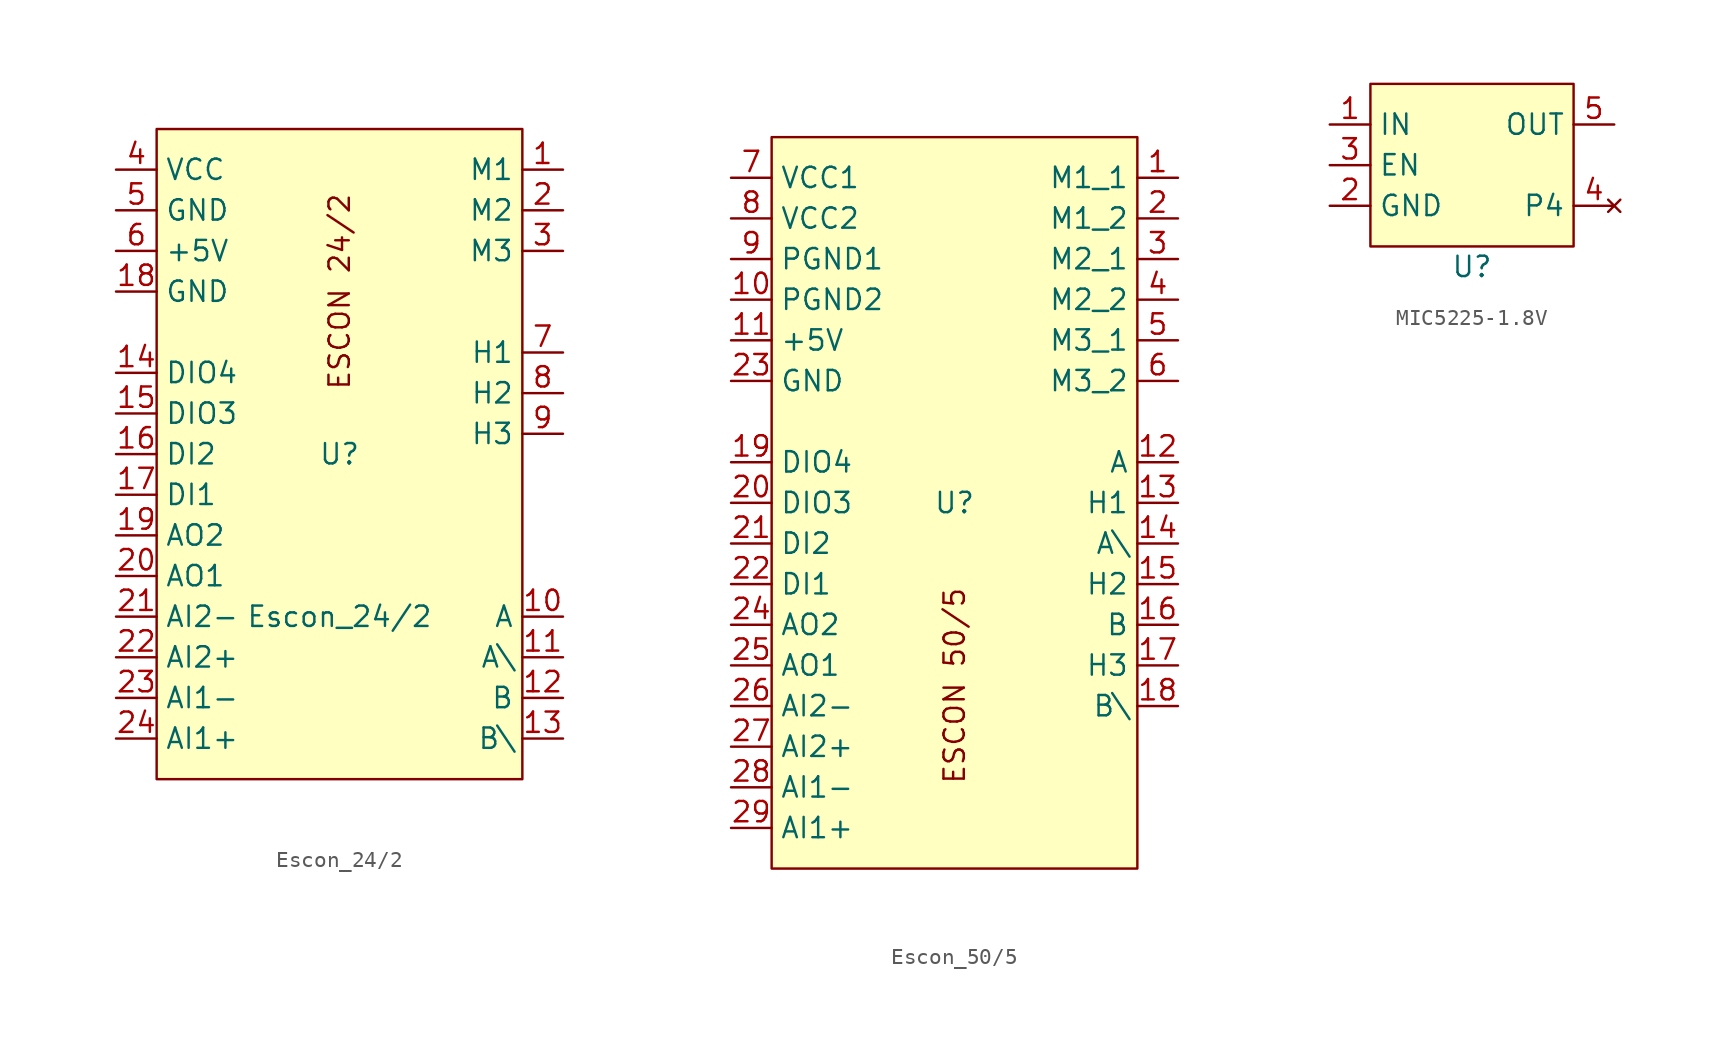
<source format=kicad_sym>
(kicad_symbol_lib
  (version 20220914)
  (generator kicad_symbol_editor)
  (symbol "Escon_24/2"
    (property "Reference" "U"
      (at 0 0 0)
      (effects (font (size 1.27 1.27))))
    (property "Value" "Escon_24/2"
      (at 0 -10.16 0)
      (effects (font (size 1.27 1.27))))
    (symbol "Escon_24/2_1_1"
      (rectangle (start -11.43 20.32) (end 11.43 -20.32) (stroke (width 0) (type default)) (fill (type background)))
      (text "ESCON 24/2\n" (at 0 10.16 900) (effects (font (size 1.27 1.27))))
      (pin output line (at 13.97 17.78 180) (length 2.54) (name "M1" (effects (font (size 1.27 1.27)))) (number "1" (effects (font (size 1.27 1.27)))))
      (pin input line (at 13.97 -10.16 180) (length 2.54) (name "A" (effects (font (size 1.27 1.27)))) (number "10" (effects (font (size 1.27 1.27)))))
      (pin input line (at 13.97 -12.7 180) (length 2.54) (name "A\\" (effects (font (size 1.27 1.27)))) (number "11" (effects (font (size 1.27 1.27)))))
      (pin input line (at 13.97 -15.24 180) (length 2.54) (name "B" (effects (font (size 1.27 1.27)))) (number "12" (effects (font (size 1.27 1.27)))))
      (pin input line (at 13.97 -17.78 180) (length 2.54) (name "B\\" (effects (font (size 1.27 1.27)))) (number "13" (effects (font (size 1.27 1.27)))))
      (pin bidirectional line (at -13.97 5.08 0) (length 2.54) (name "DIO4" (effects (font (size 1.27 1.27)))) (number "14" (effects (font (size 1.27 1.27)))))
      (pin bidirectional line (at -13.97 2.54 0) (length 2.54) (name "DIO3" (effects (font (size 1.27 1.27)))) (number "15" (effects (font (size 1.27 1.27)))))
      (pin input line (at -13.97 0 0) (length 2.54) (name "DI2" (effects (font (size 1.27 1.27)))) (number "16" (effects (font (size 1.27 1.27)))))
      (pin input line (at -13.97 -2.54 0) (length 2.54) (name "DI1" (effects (font (size 1.27 1.27)))) (number "17" (effects (font (size 1.27 1.27)))))
      (pin power_in line (at -13.97 10.16 0) (length 2.54) (name "GND" (effects (font (size 1.27 1.27)))) (number "18" (effects (font (size 1.27 1.27)))))
      (pin output line (at -13.97 -5.08 0) (length 2.54) (name "AO2" (effects (font (size 1.27 1.27)))) (number "19" (effects (font (size 1.27 1.27)))))
      (pin output line (at 13.97 15.24 180) (length 2.54) (name "M2" (effects (font (size 1.27 1.27)))) (number "2" (effects (font (size 1.27 1.27)))))
      (pin output line (at -13.97 -7.62 0) (length 2.54) (name "AO1" (effects (font (size 1.27 1.27)))) (number "20" (effects (font (size 1.27 1.27)))))
      (pin input line (at -13.97 -10.16 0) (length 2.54) (name "AI2-" (effects (font (size 1.27 1.27)))) (number "21" (effects (font (size 1.27 1.27)))))
      (pin input line (at -13.97 -12.7 0) (length 2.54) (name "AI2+" (effects (font (size 1.27 1.27)))) (number "22" (effects (font (size 1.27 1.27)))))
      (pin input line (at -13.97 -15.24 0) (length 2.54) (name "AI1-" (effects (font (size 1.27 1.27)))) (number "23" (effects (font (size 1.27 1.27)))))
      (pin input line (at -13.97 -17.78 0) (length 2.54) (name "AI1+" (effects (font (size 1.27 1.27)))) (number "24" (effects (font (size 1.27 1.27)))))
      (pin output line (at 13.97 12.7 180) (length 2.54) (name "M3" (effects (font (size 1.27 1.27)))) (number "3" (effects (font (size 1.27 1.27)))))
      (pin power_in line (at -13.97 17.78 0) (length 2.54) (name "VCC" (effects (font (size 1.27 1.27)))) (number "4" (effects (font (size 1.27 1.27)))))
      (pin power_in line (at -13.97 15.24 0) (length 2.54) (name "GND" (effects (font (size 1.27 1.27)))) (number "5" (effects (font (size 1.27 1.27)))))
      (pin power_out line (at -13.97 12.7 0) (length 2.54) (name "+5V" (effects (font (size 1.27 1.27)))) (number "6" (effects (font (size 1.27 1.27)))))
      (pin input line (at 13.97 6.35 180) (length 2.54) (name "H1" (effects (font (size 1.27 1.27)))) (number "7" (effects (font (size 1.27 1.27)))))
      (pin input line (at 13.97 3.81 180) (length 2.54) (name "H2" (effects (font (size 1.27 1.27)))) (number "8" (effects (font (size 1.27 1.27)))))
      (pin input line (at 13.97 1.27 180) (length 2.54) (name "H3" (effects (font (size 1.27 1.27)))) (number "9" (effects (font (size 1.27 1.27)))))))
  (symbol "Escon_50/5"
    (property "Reference" "U"
      (at 0 0 0)
      (effects (font (size 1.27 1.27))))
    (property "Value" ""
      (at 0 -7.62 0)
      (effects (font (size 1.27 1.27))))
    (symbol "Escon_50/5_1_1"
      (rectangle (start -11.43 22.86) (end 11.43 -22.86) (stroke (width 0) (type default)) (fill (type background)))
      (text "ESCON 50/5" (at 0 -11.43 900) (effects (font (size 1.27 1.27))))
      (pin output line (at 13.97 20.32 180) (length 2.54) (name "M1_1" (effects (font (size 1.27 1.27)))) (number "1" (effects (font (size 1.27 1.27)))))
      (pin power_in line (at -13.97 12.7 0) (length 2.54) (name "PGND2" (effects (font (size 1.27 1.27)))) (number "10" (effects (font (size 1.27 1.27)))))
      (pin power_out line (at -13.97 10.16 0) (length 2.54) (name "+5V" (effects (font (size 1.27 1.27)))) (number "11" (effects (font (size 1.27 1.27)))))
      (pin input line (at 13.97 2.54 180) (length 2.54) (name "A" (effects (font (size 1.27 1.27)))) (number "12" (effects (font (size 1.27 1.27)))))
      (pin input line (at 13.97 0 180) (length 2.54) (name "H1" (effects (font (size 1.27 1.27)))) (number "13" (effects (font (size 1.27 1.27)))))
      (pin input line (at 13.97 -2.54 180) (length 2.54) (name "A\\" (effects (font (size 1.27 1.27)))) (number "14" (effects (font (size 1.27 1.27)))))
      (pin input line (at 13.97 -5.08 180) (length 2.54) (name "H2" (effects (font (size 1.27 1.27)))) (number "15" (effects (font (size 1.27 1.27)))))
      (pin input line (at 13.97 -7.62 180) (length 2.54) (name "B" (effects (font (size 1.27 1.27)))) (number "16" (effects (font (size 1.27 1.27)))))
      (pin input line (at 13.97 -10.16 180) (length 2.54) (name "H3" (effects (font (size 1.27 1.27)))) (number "17" (effects (font (size 1.27 1.27)))))
      (pin input line (at 13.97 -12.7 180) (length 2.54) (name "B\\" (effects (font (size 1.27 1.27)))) (number "18" (effects (font (size 1.27 1.27)))))
      (pin bidirectional line (at -13.97 2.54 0) (length 2.54) (name "DIO4" (effects (font (size 1.27 1.27)))) (number "19" (effects (font (size 1.27 1.27)))))
      (pin output line (at 13.97 17.78 180) (length 2.54) (name "M1_2" (effects (font (size 1.27 1.27)))) (number "2" (effects (font (size 1.27 1.27)))))
      (pin bidirectional line (at -13.97 0 0) (length 2.54) (name "DIO3" (effects (font (size 1.27 1.27)))) (number "20" (effects (font (size 1.27 1.27)))))
      (pin input line (at -13.97 -2.54 0) (length 2.54) (name "DI2" (effects (font (size 1.27 1.27)))) (number "21" (effects (font (size 1.27 1.27)))))
      (pin input line (at -13.97 -5.08 0) (length 2.54) (name "DI1" (effects (font (size 1.27 1.27)))) (number "22" (effects (font (size 1.27 1.27)))))
      (pin power_in line (at -13.97 7.62 0) (length 2.54) (name "GND" (effects (font (size 1.27 1.27)))) (number "23" (effects (font (size 1.27 1.27)))))
      (pin output line (at -13.97 -7.62 0) (length 2.54) (name "AO2" (effects (font (size 1.27 1.27)))) (number "24" (effects (font (size 1.27 1.27)))))
      (pin output line (at -13.97 -10.16 0) (length 2.54) (name "AO1" (effects (font (size 1.27 1.27)))) (number "25" (effects (font (size 1.27 1.27)))))
      (pin input line (at -13.97 -12.7 0) (length 2.54) (name "AI2-" (effects (font (size 1.27 1.27)))) (number "26" (effects (font (size 1.27 1.27)))))
      (pin input line (at -13.97 -15.24 0) (length 2.54) (name "AI2+" (effects (font (size 1.27 1.27)))) (number "27" (effects (font (size 1.27 1.27)))))
      (pin input line (at -13.97 -17.78 0) (length 2.54) (name "AI1-" (effects (font (size 1.27 1.27)))) (number "28" (effects (font (size 1.27 1.27)))))
      (pin input line (at -13.97 -20.32 0) (length 2.54) (name "AI1+" (effects (font (size 1.27 1.27)))) (number "29" (effects (font (size 1.27 1.27)))))
      (pin output line (at 13.97 15.24 180) (length 2.54) (name "M2_1" (effects (font (size 1.27 1.27)))) (number "3" (effects (font (size 1.27 1.27)))))
      (pin output line (at 13.97 12.7 180) (length 2.54) (name "M2_2" (effects (font (size 1.27 1.27)))) (number "4" (effects (font (size 1.27 1.27)))))
      (pin output line (at 13.97 10.16 180) (length 2.54) (name "M3_1" (effects (font (size 1.27 1.27)))) (number "5" (effects (font (size 1.27 1.27)))))
      (pin output line (at 13.97 7.62 180) (length 2.54) (name "M3_2" (effects (font (size 1.27 1.27)))) (number "6" (effects (font (size 1.27 1.27)))))
      (pin power_in line (at -13.97 20.32 0) (length 2.54) (name "VCC1" (effects (font (size 1.27 1.27)))) (number "7" (effects (font (size 1.27 1.27)))))
      (pin power_in line (at -13.97 17.78 0) (length 2.54) (name "VCC2" (effects (font (size 1.27 1.27)))) (number "8" (effects (font (size 1.27 1.27)))))
      (pin power_in line (at -13.97 15.24 0) (length 2.54) (name "PGND1" (effects (font (size 1.27 1.27)))) (number "9" (effects (font (size 1.27 1.27)))))))
  (symbol "MIC5225-1.8V"
    (property "Reference" "U"
      (at 0 -6.35 0)
      (effects (font (size 1.27 1.27))))
    (property "Value" ""
      (at 0 3.81 0)
      (effects (font (size 1.27 1.27))))
    (symbol "MIC5225-1.8V_1_1"
      (rectangle (start -6.35 5.08) (end 6.35 -5.08) (stroke (width 0) (type default)) (fill (type background)))
      (pin power_in line (at -8.89 2.54 0) (length 2.54) (name "IN" (effects (font (size 1.27 1.27)))) (number "1" (effects (font (size 1.27 1.27)))))
      (pin power_in line (at -8.89 -2.54 0) (length 2.54) (name "GND" (effects (font (size 1.27 1.27)))) (number "2" (effects (font (size 1.27 1.27)))))
      (pin input line (at -8.89 0 0) (length 2.54) (name "EN" (effects (font (size 1.27 1.27)))) (number "3" (effects (font (size 1.27 1.27)))))
      (pin no_connect line (at 8.89 -2.54 180) (length 2.54) (name "P4" (effects (font (size 1.27 1.27)))) (number "4" (effects (font (size 1.27 1.27)))))
      (pin power_out line (at 8.89 2.54 180) (length 2.54) (name "OUT" (effects (font (size 1.27 1.27)))) (number "5" (effects (font (size 1.27 1.27))))))))
</source>
